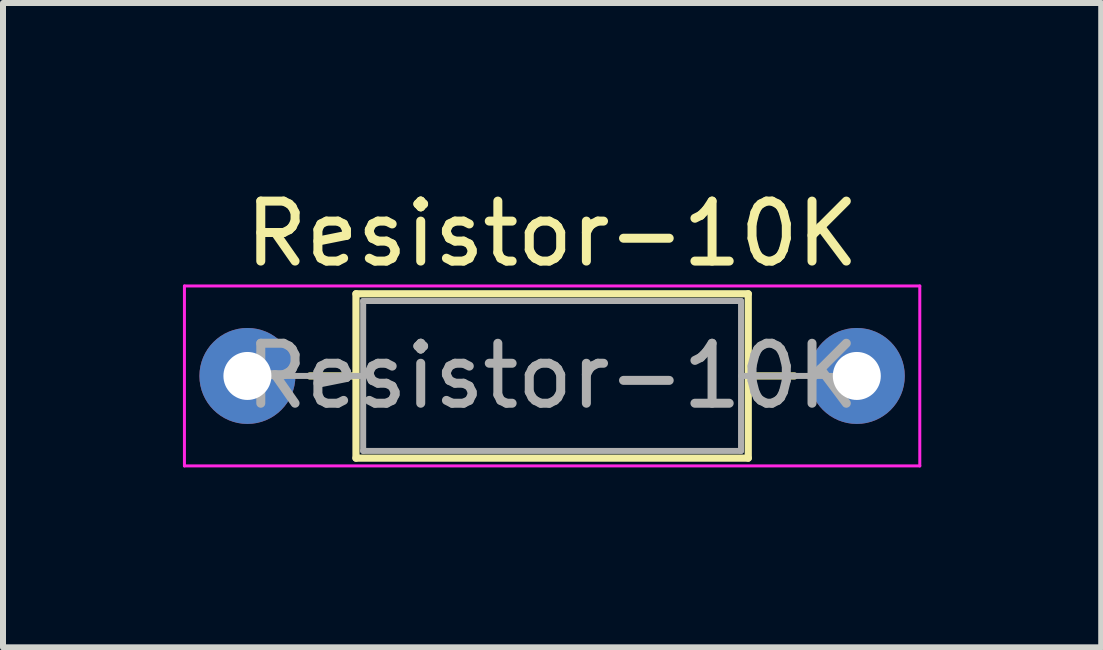
<source format=kicad_pcb>
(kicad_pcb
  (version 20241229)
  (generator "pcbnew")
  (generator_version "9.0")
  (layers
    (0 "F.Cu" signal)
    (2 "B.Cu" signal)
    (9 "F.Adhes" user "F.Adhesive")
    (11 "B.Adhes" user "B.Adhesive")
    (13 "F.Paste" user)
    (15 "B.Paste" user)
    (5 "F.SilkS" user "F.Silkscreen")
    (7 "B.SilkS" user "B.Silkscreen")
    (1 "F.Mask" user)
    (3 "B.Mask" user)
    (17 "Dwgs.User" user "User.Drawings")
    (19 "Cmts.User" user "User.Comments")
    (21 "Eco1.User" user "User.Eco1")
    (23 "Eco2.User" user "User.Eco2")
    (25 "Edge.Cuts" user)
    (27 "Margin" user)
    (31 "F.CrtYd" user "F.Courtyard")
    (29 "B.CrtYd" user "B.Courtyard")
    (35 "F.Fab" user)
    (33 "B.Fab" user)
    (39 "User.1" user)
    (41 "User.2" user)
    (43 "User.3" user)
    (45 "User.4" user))
  (footprint "Resistor-10K"
    (layer "F.Cu")
    (at 6.155 3.218)
    (property "Reference" "Resistor-10K" (at 0 -2.37 0) (layer "F.SilkS") (effects (font (size 1 1) (thickness 0.15))))
    (attr through_hole)
    (fp_line (start -4.04 0) (end -3.27 0) (stroke (width 0.12) (type solid)) (layer "F.SilkS"))
    (fp_line (start -3.27 -1.37) (end -3.27 1.37) (stroke (width 0.12) (type solid)) (layer "F.SilkS"))
    (fp_line (start -3.27 1.37) (end 3.27 1.37) (stroke (width 0.12) (type solid)) (layer "F.SilkS"))
    (fp_line (start 3.27 -1.37) (end -3.27 -1.37) (stroke (width 0.12) (type solid)) (layer "F.SilkS"))
    (fp_line (start 3.27 1.37) (end 3.27 -1.37) (stroke (width 0.12) (type solid)) (layer "F.SilkS"))
    (fp_line (start 4.04 0) (end 3.27 0) (stroke (width 0.12) (type solid)) (layer "F.SilkS"))
    (fp_line (start -6.13 -1.5) (end -6.13 1.5) (stroke (width 0.05) (type solid)) (layer "F.CrtYd"))
    (fp_line (start -6.13 1.5) (end 6.13 1.5) (stroke (width 0.05) (type solid)) (layer "F.CrtYd"))
    (fp_line (start 6.13 -1.5) (end -6.13 -1.5) (stroke (width 0.05) (type solid)) (layer "F.CrtYd"))
    (fp_line (start 6.13 1.5) (end 6.13 -1.5) (stroke (width 0.05) (type solid)) (layer "F.CrtYd"))
    (fp_line (start -5.08 0) (end -3.15 0) (stroke (width 0.1) (type solid)) (layer "F.Fab"))
    (fp_line (start -3.15 -1.25) (end -3.15 1.25) (stroke (width 0.1) (type solid)) (layer "F.Fab"))
    (fp_line (start -3.15 1.25) (end 3.15 1.25) (stroke (width 0.1) (type solid)) (layer "F.Fab"))
    (fp_line (start 3.15 -1.25) (end -3.15 -1.25) (stroke (width 0.1) (type solid)) (layer "F.Fab"))
    (fp_line (start 3.15 1.25) (end 3.15 -1.25) (stroke (width 0.1) (type solid)) (layer "F.Fab"))
    (fp_line (start 5.08 0) (end 3.15 0) (stroke (width 0.1) (type solid)) (layer "F.Fab"))
    (fp_text user "${REFERENCE}" (at 0 0 0) (layer "F.Fab") (effects (font (size 1 1) (thickness 0.15))))
    (pad "1" thru_hole circle (at -5.08 0) (size 1.6 1.6) (drill 0.8) (layers "*.Cu" "*.Mask"))
    (pad "2" thru_hole oval (at 5.08 0) (size 1.6 1.6) (drill 0.8) (layers "*.Cu" "*.Mask")))
  (gr_rect
    (start -3 -3)
    (end 15.31 7.743)
    (stroke (width 0.1) (type default))
    (fill no)
    (layer "Edge.Cuts")))
</source>
